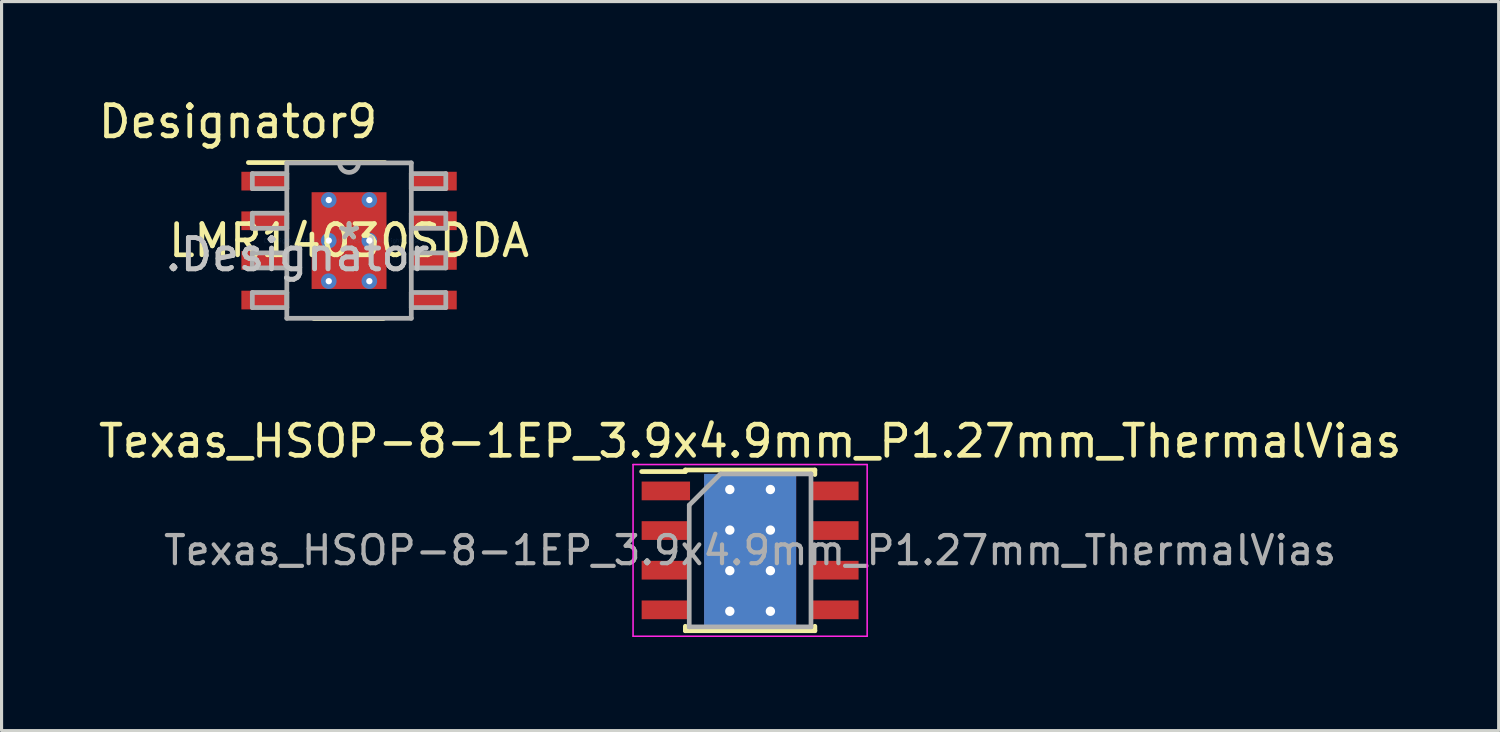
<source format=kicad_pcb>
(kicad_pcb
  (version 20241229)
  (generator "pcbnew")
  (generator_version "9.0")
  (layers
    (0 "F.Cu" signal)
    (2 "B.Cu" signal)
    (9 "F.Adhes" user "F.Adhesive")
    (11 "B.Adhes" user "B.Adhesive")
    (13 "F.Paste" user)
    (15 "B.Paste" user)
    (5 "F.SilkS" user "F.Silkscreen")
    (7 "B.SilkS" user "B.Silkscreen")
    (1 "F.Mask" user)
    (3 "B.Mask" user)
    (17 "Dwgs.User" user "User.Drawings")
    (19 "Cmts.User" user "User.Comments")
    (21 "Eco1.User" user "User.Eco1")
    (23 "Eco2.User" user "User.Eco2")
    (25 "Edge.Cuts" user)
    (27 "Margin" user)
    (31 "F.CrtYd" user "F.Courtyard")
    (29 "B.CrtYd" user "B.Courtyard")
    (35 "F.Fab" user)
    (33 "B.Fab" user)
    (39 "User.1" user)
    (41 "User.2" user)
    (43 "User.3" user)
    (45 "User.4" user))
  (footprint "Texas_HSOP-8-1EP_3.9x4.9mm_P1.27mm_ThermalVias"
    (layer "F.Cu")
    (at 20.982 14.583)
    (property "Reference" "Texas_HSOP-8-1EP_3.9x4.9mm_P1.27mm_ThermalVias" (at 0 -3.5 0) (layer "F.SilkS") (effects (font (size 1 1) (thickness 0.15))))
    (attr smd)
    (fp_line (start -2.075 -2.575) (end -2.075 -2.525) (stroke (width 0.15) (type solid)) (layer "F.SilkS"))
    (fp_line (start -2.075 -2.575) (end 2.075 -2.575) (stroke (width 0.15) (type solid)) (layer "F.SilkS"))
    (fp_line (start -2.075 -2.525) (end -3.475 -2.525) (stroke (width 0.15) (type solid)) (layer "F.SilkS"))
    (fp_line (start -2.075 2.575) (end -2.075 2.43) (stroke (width 0.15) (type solid)) (layer "F.SilkS"))
    (fp_line (start -2.075 2.575) (end 2.075 2.575) (stroke (width 0.15) (type solid)) (layer "F.SilkS"))
    (fp_line (start 2.075 -2.575) (end 2.075 -2.43) (stroke (width 0.15) (type solid)) (layer "F.SilkS"))
    (fp_line (start 2.075 2.575) (end 2.075 2.43) (stroke (width 0.15) (type solid)) (layer "F.SilkS"))
    (fp_line (start -3.75 -2.75) (end -3.75 2.75) (stroke (width 0.05) (type solid)) (layer "F.CrtYd"))
    (fp_line (start -3.75 -2.75) (end 3.75 -2.75) (stroke (width 0.05) (type solid)) (layer "F.CrtYd"))
    (fp_line (start -3.75 2.75) (end 3.75 2.75) (stroke (width 0.05) (type solid)) (layer "F.CrtYd"))
    (fp_line (start 3.75 -2.75) (end 3.75 2.75) (stroke (width 0.05) (type solid)) (layer "F.CrtYd"))
    (fp_line (start -1.95 -1.45) (end -0.95 -2.45) (stroke (width 0.15) (type solid)) (layer "F.Fab"))
    (fp_line (start -1.95 2.45) (end -1.95 -1.45) (stroke (width 0.15) (type solid)) (layer "F.Fab"))
    (fp_line (start -0.95 -2.45) (end 1.95 -2.45) (stroke (width 0.15) (type solid)) (layer "F.Fab"))
    (fp_line (start 1.95 -2.45) (end 1.95 2.45) (stroke (width 0.15) (type solid)) (layer "F.Fab"))
    (fp_line (start 1.95 2.45) (end -1.95 2.45) (stroke (width 0.15) (type solid)) (layer "F.Fab"))
    (fp_text user "${REFERENCE}" (at 0 0 0) (layer "F.Fab") (effects (font (size 0.9 0.9) (thickness 0.135))))
    (pad "" smd rect (at 0 0) (size 2.6 3.1) (layers "F.Mask"))
    (pad "" smd rect (at 0 0) (size 2.6 3.1) (layers "F.Paste"))
    (pad "1" smd rect (at -2.7 -1.905) (size 1.55 0.6) (layers "F.Cu" "F.Mask" "F.Paste"))
    (pad "2" smd rect (at -2.7 -0.635) (size 1.55 0.6) (layers "F.Cu" "F.Mask" "F.Paste"))
    (pad "3" smd rect (at -2.7 0.635) (size 1.55 0.6) (layers "F.Cu" "F.Mask" "F.Paste"))
    (pad "4" smd rect (at -2.7 1.905) (size 1.55 0.6) (layers "F.Cu" "F.Mask" "F.Paste"))
    (pad "5" smd rect (at 2.7 1.905) (size 1.55 0.6) (layers "F.Cu" "F.Mask" "F.Paste"))
    (pad "6" smd rect (at 2.7 0.635) (size 1.55 0.6) (layers "F.Cu" "F.Mask" "F.Paste"))
    (pad "7" smd rect (at 2.7 -0.635) (size 1.55 0.6) (layers "F.Cu" "F.Mask" "F.Paste"))
    (pad "8" smd rect (at 2.7 -1.905) (size 1.55 0.6) (layers "F.Cu" "F.Mask" "F.Paste"))
    (pad "9" thru_hole circle (at -0.65 -1.95) (size 0.6 0.6) (drill 0.3) (layers "*.Cu"))
    (pad "9" thru_hole circle (at -0.65 -0.65) (size 0.6 0.6) (drill 0.3) (layers "*.Cu"))
    (pad "9" thru_hole circle (at -0.65 0.65) (size 0.6 0.6) (drill 0.3) (layers "*.Cu"))
    (pad "9" thru_hole circle (at -0.65 1.95) (size 0.6 0.6) (drill 0.3) (layers "*.Cu"))
    (pad "9" smd rect (at 0 0) (size 2.95 4.9) (layers "F.Cu"))
    (pad "9" smd rect (at 0 0) (size 2.95 4.9) (layers "B.Cu"))
    (pad "9" thru_hole circle (at 0.65 -1.95) (size 0.6 0.6) (drill 0.3) (layers "*.Cu"))
    (pad "9" thru_hole circle (at 0.65 -0.65) (size 0.6 0.6) (drill 0.3) (layers "*.Cu"))
    (pad "9" thru_hole circle (at 0.65 0.65) (size 0.6 0.6) (drill 0.3) (layers "*.Cu"))
    (pad "9" thru_hole circle (at 0.65 1.95) (size 0.6 0.6) (drill 0.3) (layers "*.Cu")))
  (footprint "LMR14030SDDA"
    (layer "F.Cu")
    (at 8.133 4.658)
    (property "Reference" "LMR14030SDDA" (at 0 0 0) (layer "F.SilkS") (effects (font (size 1 1) (thickness 0.15))))
    (attr through_hole)
    (fp_line (start -3.225 -2.5) (end 1.15 -2.5) (stroke (width 0.152) (type solid)) (layer "F.SilkS"))
    (fp_line (start -1.125 2.5) (end 1.1 2.5) (stroke (width 0.152) (type solid)) (layer "F.SilkS"))
    (fp_line (start -3.099 -2.146) (end -1.994 -2.146) (stroke (width 0.152) (type solid)) (layer "F.Fab"))
    (fp_line (start -3.099 -1.664) (end -3.099 -2.146) (stroke (width 0.152) (type solid)) (layer "F.Fab"))
    (fp_line (start -3.099 -1.664) (end -1.994 -1.664) (stroke (width 0.152) (type solid)) (layer "F.Fab"))
    (fp_line (start -3.099 -0.876) (end -1.994 -0.876) (stroke (width 0.152) (type solid)) (layer "F.Fab"))
    (fp_line (start -3.099 -0.394) (end -3.099 -0.876) (stroke (width 0.152) (type solid)) (layer "F.Fab"))
    (fp_line (start -3.099 -0.394) (end -1.994 -0.394) (stroke (width 0.152) (type solid)) (layer "F.Fab"))
    (fp_line (start -3.099 0.394) (end -1.994 0.394) (stroke (width 0.152) (type solid)) (layer "F.Fab"))
    (fp_line (start -3.099 0.876) (end -3.099 0.394) (stroke (width 0.152) (type solid)) (layer "F.Fab"))
    (fp_line (start -3.099 0.876) (end -1.994 0.876) (stroke (width 0.152) (type solid)) (layer "F.Fab"))
    (fp_line (start -3.099 1.664) (end -1.994 1.664) (stroke (width 0.152) (type solid)) (layer "F.Fab"))
    (fp_line (start -3.099 2.146) (end -3.099 1.664) (stroke (width 0.152) (type solid)) (layer "F.Fab"))
    (fp_line (start -3.099 2.146) (end -1.994 2.146) (stroke (width 0.152) (type solid)) (layer "F.Fab"))
    (fp_line (start -1.994 -2.489) (end 1.994 -2.489) (stroke (width 0.152) (type solid)) (layer "F.Fab"))
    (fp_line (start -1.994 -1.664) (end -1.994 -2.146) (stroke (width 0.152) (type solid)) (layer "F.Fab"))
    (fp_line (start -1.994 -0.394) (end -1.994 -0.876) (stroke (width 0.152) (type solid)) (layer "F.Fab"))
    (fp_line (start -1.994 0.876) (end -1.994 0.394) (stroke (width 0.152) (type solid)) (layer "F.Fab"))
    (fp_line (start -1.994 2.146) (end -1.994 1.664) (stroke (width 0.152) (type solid)) (layer "F.Fab"))
    (fp_line (start -1.994 2.489) (end -1.994 -2.489) (stroke (width 0.152) (type solid)) (layer "F.Fab"))
    (fp_line (start -1.994 2.489) (end 1.994 2.489) (stroke (width 0.152) (type solid)) (layer "F.Fab"))
    (fp_line (start 1.994 -2.146) (end 3.099 -2.146) (stroke (width 0.152) (type solid)) (layer "F.Fab"))
    (fp_line (start 1.994 -1.664) (end 1.994 -2.146) (stroke (width 0.152) (type solid)) (layer "F.Fab"))
    (fp_line (start 1.994 -1.664) (end 3.099 -1.664) (stroke (width 0.152) (type solid)) (layer "F.Fab"))
    (fp_line (start 1.994 -0.876) (end 3.099 -0.876) (stroke (width 0.152) (type solid)) (layer "F.Fab"))
    (fp_line (start 1.994 -0.394) (end 1.994 -0.876) (stroke (width 0.152) (type solid)) (layer "F.Fab"))
    (fp_line (start 1.994 -0.394) (end 3.099 -0.394) (stroke (width 0.152) (type solid)) (layer "F.Fab"))
    (fp_line (start 1.994 0.394) (end 3.099 0.394) (stroke (width 0.152) (type solid)) (layer "F.Fab"))
    (fp_line (start 1.994 0.876) (end 1.994 0.394) (stroke (width 0.152) (type solid)) (layer "F.Fab"))
    (fp_line (start 1.994 0.876) (end 3.099 0.876) (stroke (width 0.152) (type solid)) (layer "F.Fab"))
    (fp_line (start 1.994 1.664) (end 3.099 1.664) (stroke (width 0.152) (type solid)) (layer "F.Fab"))
    (fp_line (start 1.994 2.146) (end 1.994 1.664) (stroke (width 0.152) (type solid)) (layer "F.Fab"))
    (fp_line (start 1.994 2.146) (end 3.099 2.146) (stroke (width 0.152) (type solid)) (layer "F.Fab"))
    (fp_line (start 1.994 2.489) (end 1.994 -2.489) (stroke (width 0.152) (type solid)) (layer "F.Fab"))
    (fp_line (start 3.099 -1.664) (end 3.099 -2.146) (stroke (width 0.152) (type solid)) (layer "F.Fab"))
    (fp_line (start 3.099 -0.394) (end 3.099 -0.876) (stroke (width 0.152) (type solid)) (layer "F.Fab"))
    (fp_line (start 3.099 0.876) (end 3.099 0.394) (stroke (width 0.152) (type solid)) (layer "F.Fab"))
    (fp_line (start 3.099 2.146) (end 3.099 1.664) (stroke (width 0.152) (type solid)) (layer "F.Fab"))
    (fp_arc (start 0.3048 -2.4892) (mid 0 -2.1844) (end -0.3048 -2.4892) (stroke (width 0.1524) (type solid)) (layer "F.Fab"))
    (fp_text user "*" (at 0 0 0) (layer "F.SilkS") (effects (font (size 1 1) (thickness 0.15))))
    (fp_text user "Designator9" (at -3.556 -3.81 0) (layer "F.SilkS") (effects (font (size 1 1) (thickness 0.15))))
    (fp_text user ".Designator" (at -1.65 0.45 0) (layer "Dwgs.User") (effects (font (size 1 1) (thickness 0.15))))
    (fp_text user "Copyright 2016 Accelerated Designs. All rights reserved." (at 0 0 0) (layer "Cmts.User") (effects (font (size 0.127 0.127) (thickness 0.002))))
    (fp_text user ".Designator" (at -1.65 0.45 0) (layer "F.Fab") (effects (font (size 1 1) (thickness 0.15))))
    (fp_text user "*" (at 0 0 0) (layer "F.Fab") (effects (font (size 1 1) (thickness 0.15))))
    (pad "1" smd rect (at -2.725 -1.905 90) (size 0.6 1.45) (layers "F.Cu" "F.Mask" "F.Paste"))
    (pad "2" smd rect (at -2.725 -0.635 90) (size 0.6 1.45) (layers "F.Cu" "F.Mask" "F.Paste"))
    (pad "3" smd rect (at -2.725 0.635 90) (size 0.6 1.45) (layers "F.Cu" "F.Mask" "F.Paste"))
    (pad "4" smd rect (at -2.725 1.905 90) (size 0.6 1.45) (layers "F.Cu" "F.Mask" "F.Paste"))
    (pad "5" smd rect (at 2.725 1.905 90) (size 0.6 1.45) (layers "F.Cu" "F.Mask" "F.Paste"))
    (pad "6" smd rect (at 2.725 0.635 90) (size 0.6 1.45) (layers "F.Cu" "F.Mask" "F.Paste"))
    (pad "7" smd rect (at 2.725 -0.635 90) (size 0.6 1.45) (layers "F.Cu" "F.Mask" "F.Paste"))
    (pad "8" smd rect (at 2.725 -1.905 90) (size 0.6 1.45) (layers "F.Cu" "F.Mask" "F.Paste"))
    (pad "9" smd rect (at 0 0) (size 2.4 3.1) (layers "F.Cu" "F.Mask" "F.Paste"))
    (pad "V" thru_hole circle (at -0.65 -1.3) (size 0.5 0.5) (drill 0.203) (layers "*.Cu" "*.Mask"))
    (pad "V" thru_hole circle (at -0.65 0) (size 0.5 0.5) (drill 0.203) (layers "*.Cu" "*.Mask"))
    (pad "V" thru_hole circle (at -0.65 1.3) (size 0.5 0.5) (drill 0.203) (layers "*.Cu" "*.Mask"))
    (pad "V" thru_hole circle (at 0.65 -1.3) (size 0.5 0.5) (drill 0.203) (layers "*.Cu" "*.Mask"))
    (pad "V" thru_hole circle (at 0.65 0) (size 0.5 0.5) (drill 0.203) (layers "*.Cu" "*.Mask"))
    (pad "V" thru_hole circle (at 0.65 1.3) (size 0.5 0.5) (drill 0.203) (layers "*.Cu" "*.Mask")))
  (gr_rect
    (start -3 -3)
    (end 44.964 20.358)
    (stroke (width 0.1) (type default))
    (fill no)
    (layer "Edge.Cuts")))
</source>
